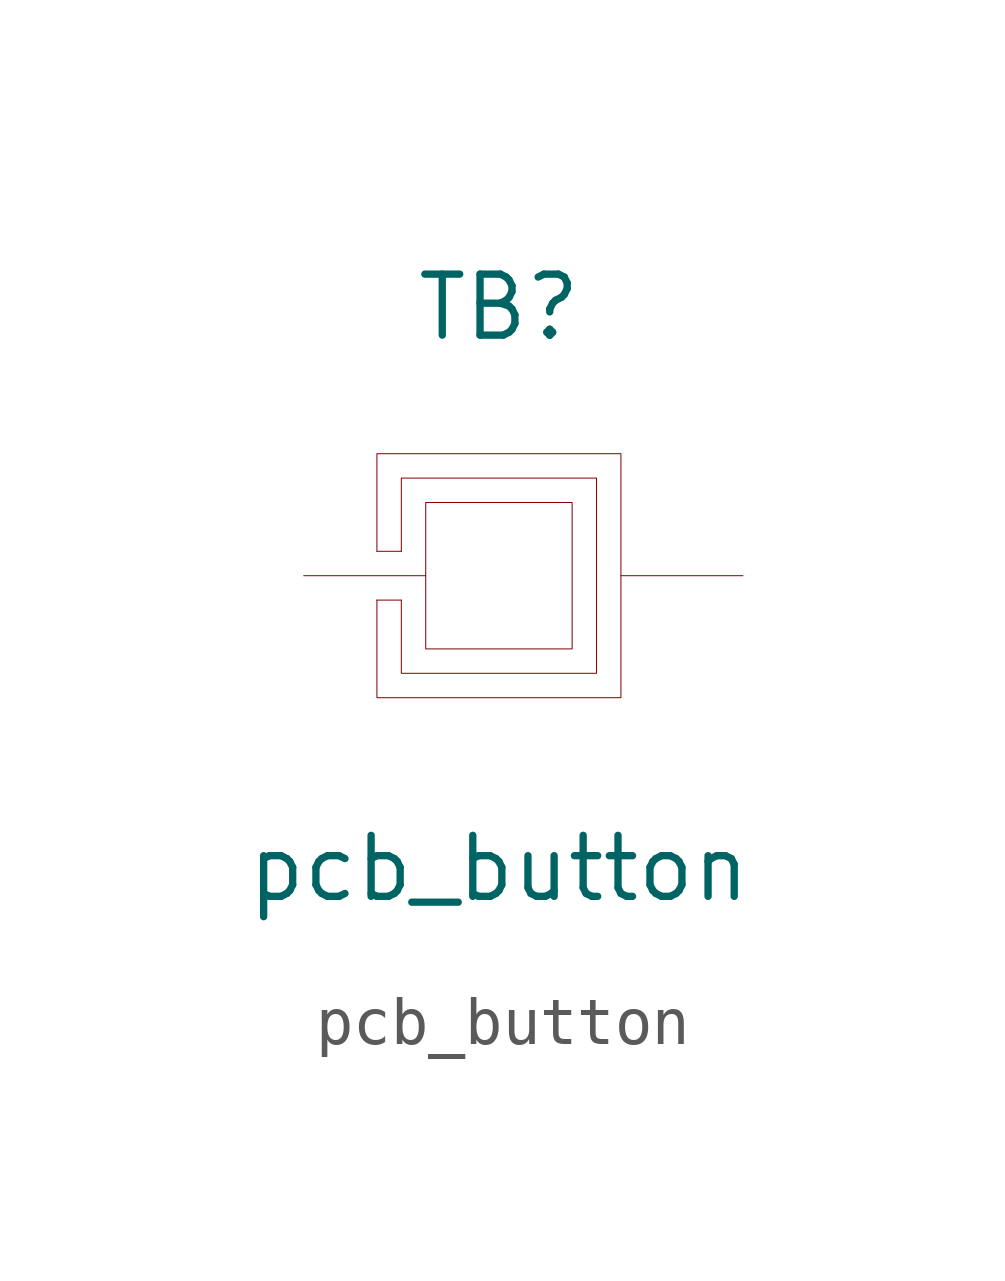
<source format=kicad_sym>
(kicad_symbol_lib
  (version 20201005)
  (generator kicad_symbol_editor)
  (symbol "dodo-buttons:pcb_button"
    (property "Reference" "TB"
      (at 0 5.588 0)
      (effects (font (size 1.27 1.27))))
    (property "Value" "pcb_button"
      (at 0 -6.096 0)
      (effects (font (size 1.27 1.27))))
    (symbol "pcb_button_0_1"
      (rectangle (start -1.524 1.524) (end 1.524 -1.524) (stroke (width 0.001)) (fill (type none)))
      (polyline (pts (xy -2.54 0.508) (xy -2.54 2.54) (xy 2.54 2.54) (xy 2.54 -2.54) (xy -2.54 -2.54) (xy -2.54 -0.508)) (stroke (width 0.001)) (fill (type none)))
      (polyline (pts (xy -2.032 0.508) (xy -2.032 2.032) (xy 2.032 2.032) (xy 2.032 -2.032) (xy -2.032 -2.032) (xy -2.032 -0.508)) (stroke (width 0.001)) (fill (type none)))
      (polyline (pts (xy -2.54 0.508) (xy -2.032 0.508)) (stroke (width 0.001)) (fill (type none)))
      (polyline (pts (xy -2.54 -0.508) (xy -2.032 -0.508)) (stroke (width 0.001)) (fill (type none)))
      (polyline (pts (xy -4.064 0) (xy -1.524 0)) (stroke (width 0.001)) (fill (type none)))
      (polyline (pts (xy 2.54 0) (xy 5.08 0)) (stroke (width 0.001)) (fill (type none))))
    (symbol "pcb_button_1_1"
      (pin bidirectional line (at -4.064 0 0) (length 2.54) hide (name "A1" (effects (font (size 1.27 1.27)))) (number "1" (effects (font (size 1.27 1.27)))))
      (pin bidirectional line (at 5.08 0 180) (length 2.54) hide (name "A2" (effects (font (size 1.27 1.27)))) (number "2" (effects (font (size 1.27 1.27))))))))
</source>
